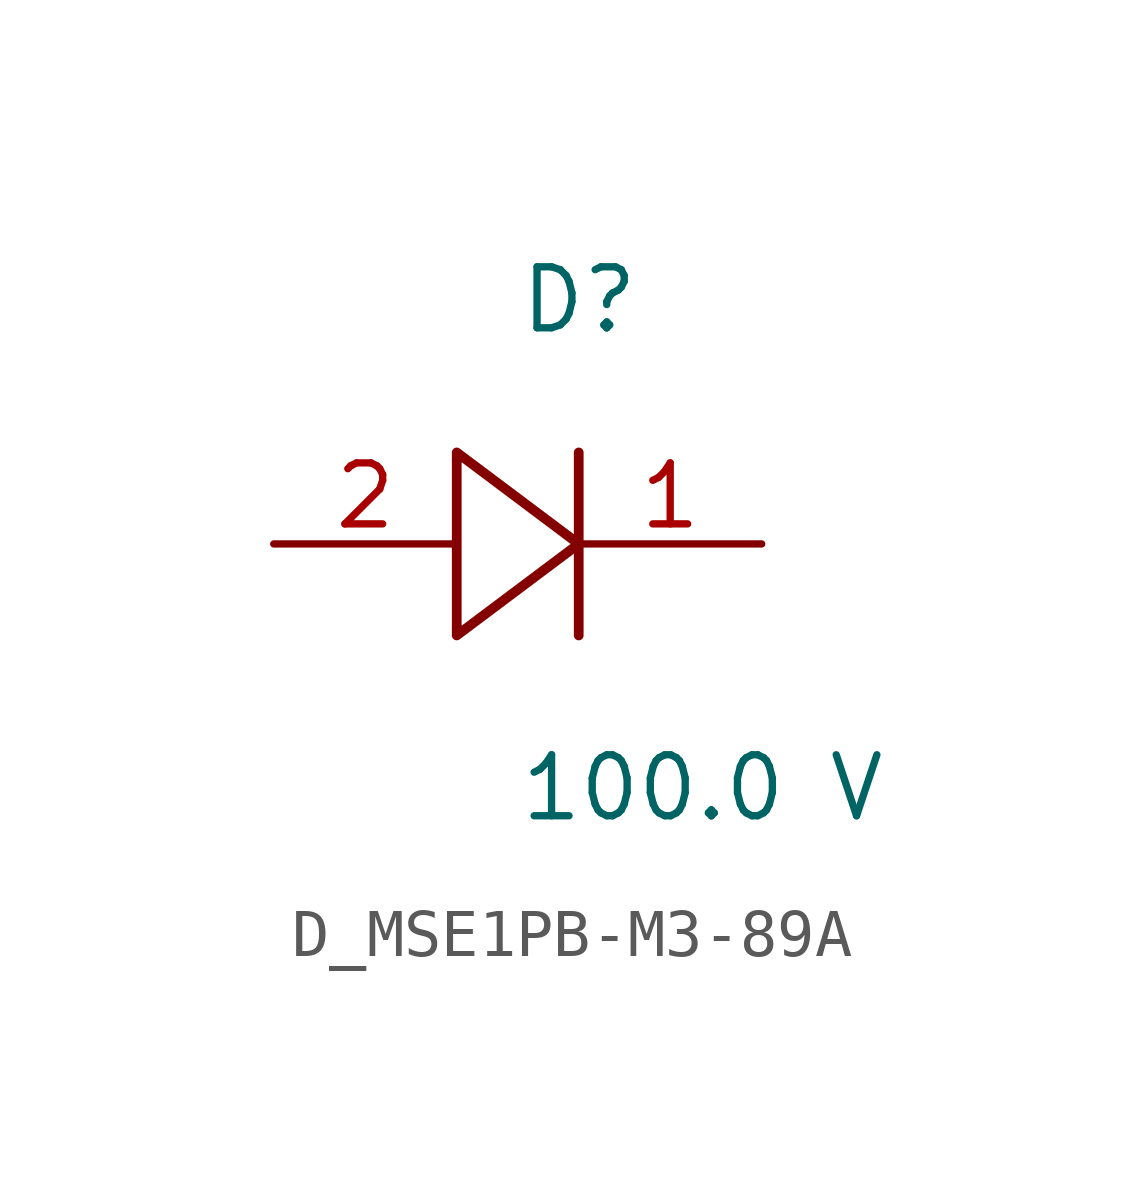
<source format=kicad_sym>
(kicad_symbol_lib
  (version 20231120)
  (generator kicad_symbol_editor)
  (generator_version 8.0)
  (symbol "D_MSE1PB-M3-89A"
    (pin_names
      (offset 0.254))
    (property "Reference" "D"
      (at 0 5.08 0)
      (effects (font (size 1.27 1.27)) (justify left)))
    (property "Value" "100.0 V"
      (at 0 -5.08 0)
      (effects (font (size 1.27 1.27)) (justify left)))
    (symbol "D_MSE1PB-M3-89A_1_0"
      (polyline (pts (xy 1.27 1.905) (xy 1.27 0) (xy -1.27 1.905) (xy -1.27 -1.905) (xy 1.27 0) (xy 1.27 -1.905)) (stroke (width 0.203) (type default)) (fill (type none)))
      (pin unspecified line (at 5.08 0 180) (length 3.81) (name "" (effects (font (size 1.27 1.27)))) (number "1" (effects (font (size 1.27 1.27)))))
      (pin unspecified line (at -5.08 0 0) (length 3.81) (name "" (effects (font (size 1.27 1.27)))) (number "2" (effects (font (size 1.27 1.27))))))))
</source>
